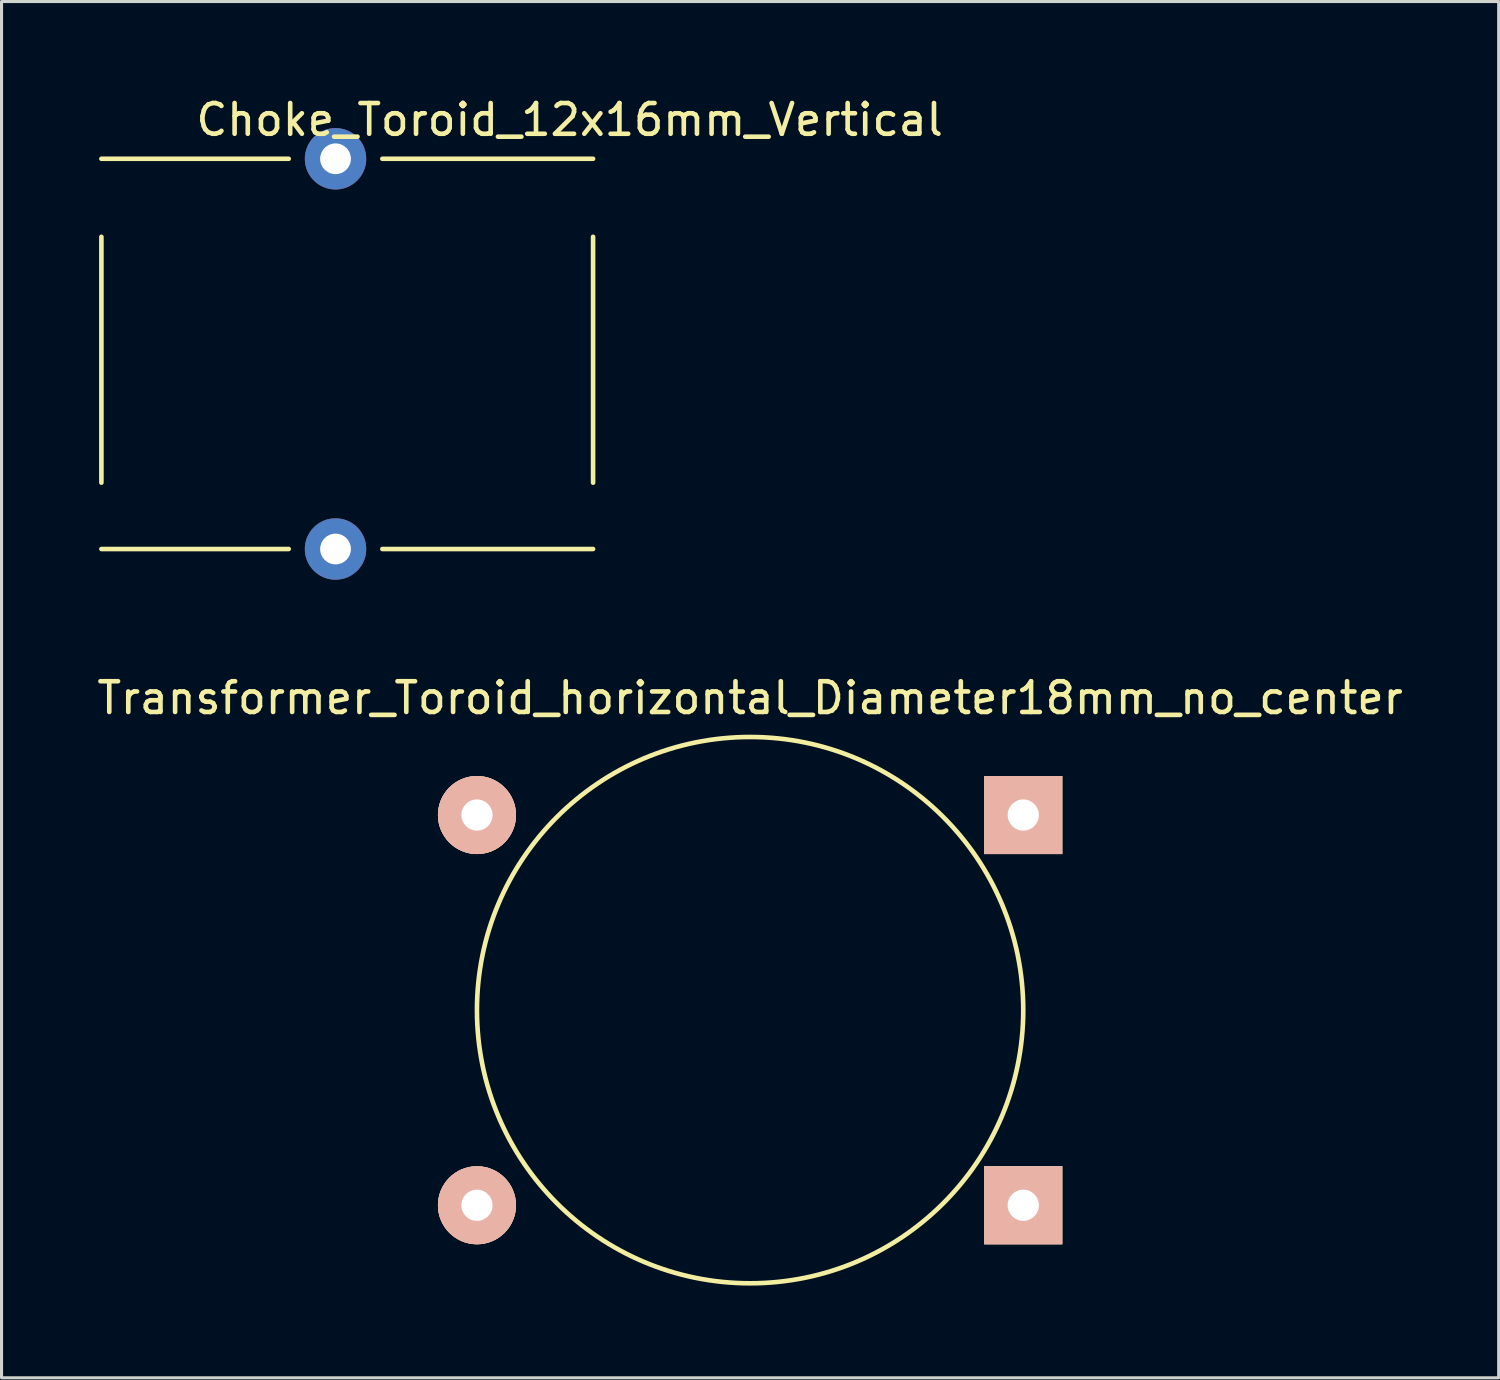
<source format=kicad_pcb>
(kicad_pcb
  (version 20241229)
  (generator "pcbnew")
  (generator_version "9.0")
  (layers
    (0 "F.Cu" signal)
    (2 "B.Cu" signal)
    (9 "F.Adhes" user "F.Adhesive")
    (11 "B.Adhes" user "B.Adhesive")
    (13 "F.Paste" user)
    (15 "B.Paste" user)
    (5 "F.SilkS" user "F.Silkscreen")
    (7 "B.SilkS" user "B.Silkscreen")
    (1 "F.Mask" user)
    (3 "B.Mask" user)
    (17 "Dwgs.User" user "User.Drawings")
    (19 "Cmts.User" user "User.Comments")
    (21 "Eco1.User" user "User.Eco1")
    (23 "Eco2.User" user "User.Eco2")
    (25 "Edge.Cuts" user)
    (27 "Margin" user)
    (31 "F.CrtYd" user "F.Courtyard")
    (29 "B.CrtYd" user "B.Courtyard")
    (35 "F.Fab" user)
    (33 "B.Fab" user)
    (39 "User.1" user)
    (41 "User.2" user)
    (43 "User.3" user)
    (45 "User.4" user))
  (footprint "Choke_Toroid_12x16mm_Vertical"
    (layer "F.Cu")
    (at 0.25 14.818)
    (property "Reference" "Choke_Toroid_12x16mm_Vertical" (at 15.24 -13.97 0) (layer "F.SilkS") (effects (font (size 1 1) (thickness 0.15))))
    (attr through_hole)
    (fp_line (start 0 -10.16) (end 0 -2.159) (stroke (width 0.15) (type solid)) (layer "F.SilkS"))
    (fp_line (start 0 0) (end 6.096 0) (stroke (width 0.15) (type solid)) (layer "F.SilkS"))
    (fp_line (start 6.096 -12.7) (end 0 -12.7) (stroke (width 0.15) (type solid)) (layer "F.SilkS"))
    (fp_line (start 16.002 -12.7) (end 9.144 -12.7) (stroke (width 0.15) (type solid)) (layer "F.SilkS"))
    (fp_line (start 16.002 -2.159) (end 16.002 -10.16) (stroke (width 0.15) (type solid)) (layer "F.SilkS"))
    (fp_line (start 16.002 0) (end 9.144 0) (stroke (width 0.15) (type solid)) (layer "F.SilkS"))
    (pad "1" thru_hole circle (at 7.62 0) (size 1.999 1.999) (drill 1.001) (layers "*.Cu" "*.Mask"))
    (pad "2" thru_hole circle (at 7.62 -12.7) (size 1.999 1.999) (drill 1.001) (layers "*.Cu" "*.Mask")))
  (footprint "Transformer_Toroid_horizontal_Diameter18mm_no_center"
    (layer "F.Cu")
    (at 21.363 29.826)
    (property "Reference" "Transformer_Toroid_horizontal_Diameter18mm_no_center" (at 0 -10.16 0) (layer "F.SilkS") (effects (font (size 1 1) (thickness 0.15))))
    (attr through_hole)
    (fp_circle (center 0 0) (end 8.89 0) (stroke (width 0.15) (type solid)) (fill no) (layer "F.SilkS"))
    (pad "1" thru_hole circle (at -8.89 -6.35) (size 2.54 2.54) (drill 1.016) (layers "*.Cu" "*.SilkS" "*.Mask"))
    (pad "2" thru_hole circle (at -8.89 6.35) (size 2.54 2.54) (drill 1.016) (layers "*.Cu" "*.SilkS" "*.Mask"))
    (pad "3" thru_hole rect (at 8.89 -6.35) (size 2.54 2.54) (drill 1.016) (layers "*.Cu" "*.SilkS" "*.Mask"))
    (pad "4" thru_hole rect (at 8.89 6.35) (size 2.54 2.54) (drill 1.016) (layers "*.Cu" "*.SilkS" "*.Mask")))
  (gr_rect
    (start -3 -3)
    (end 45.726 41.791)
    (stroke (width 0.1) (type default))
    (fill no)
    (layer "Edge.Cuts")))
</source>
